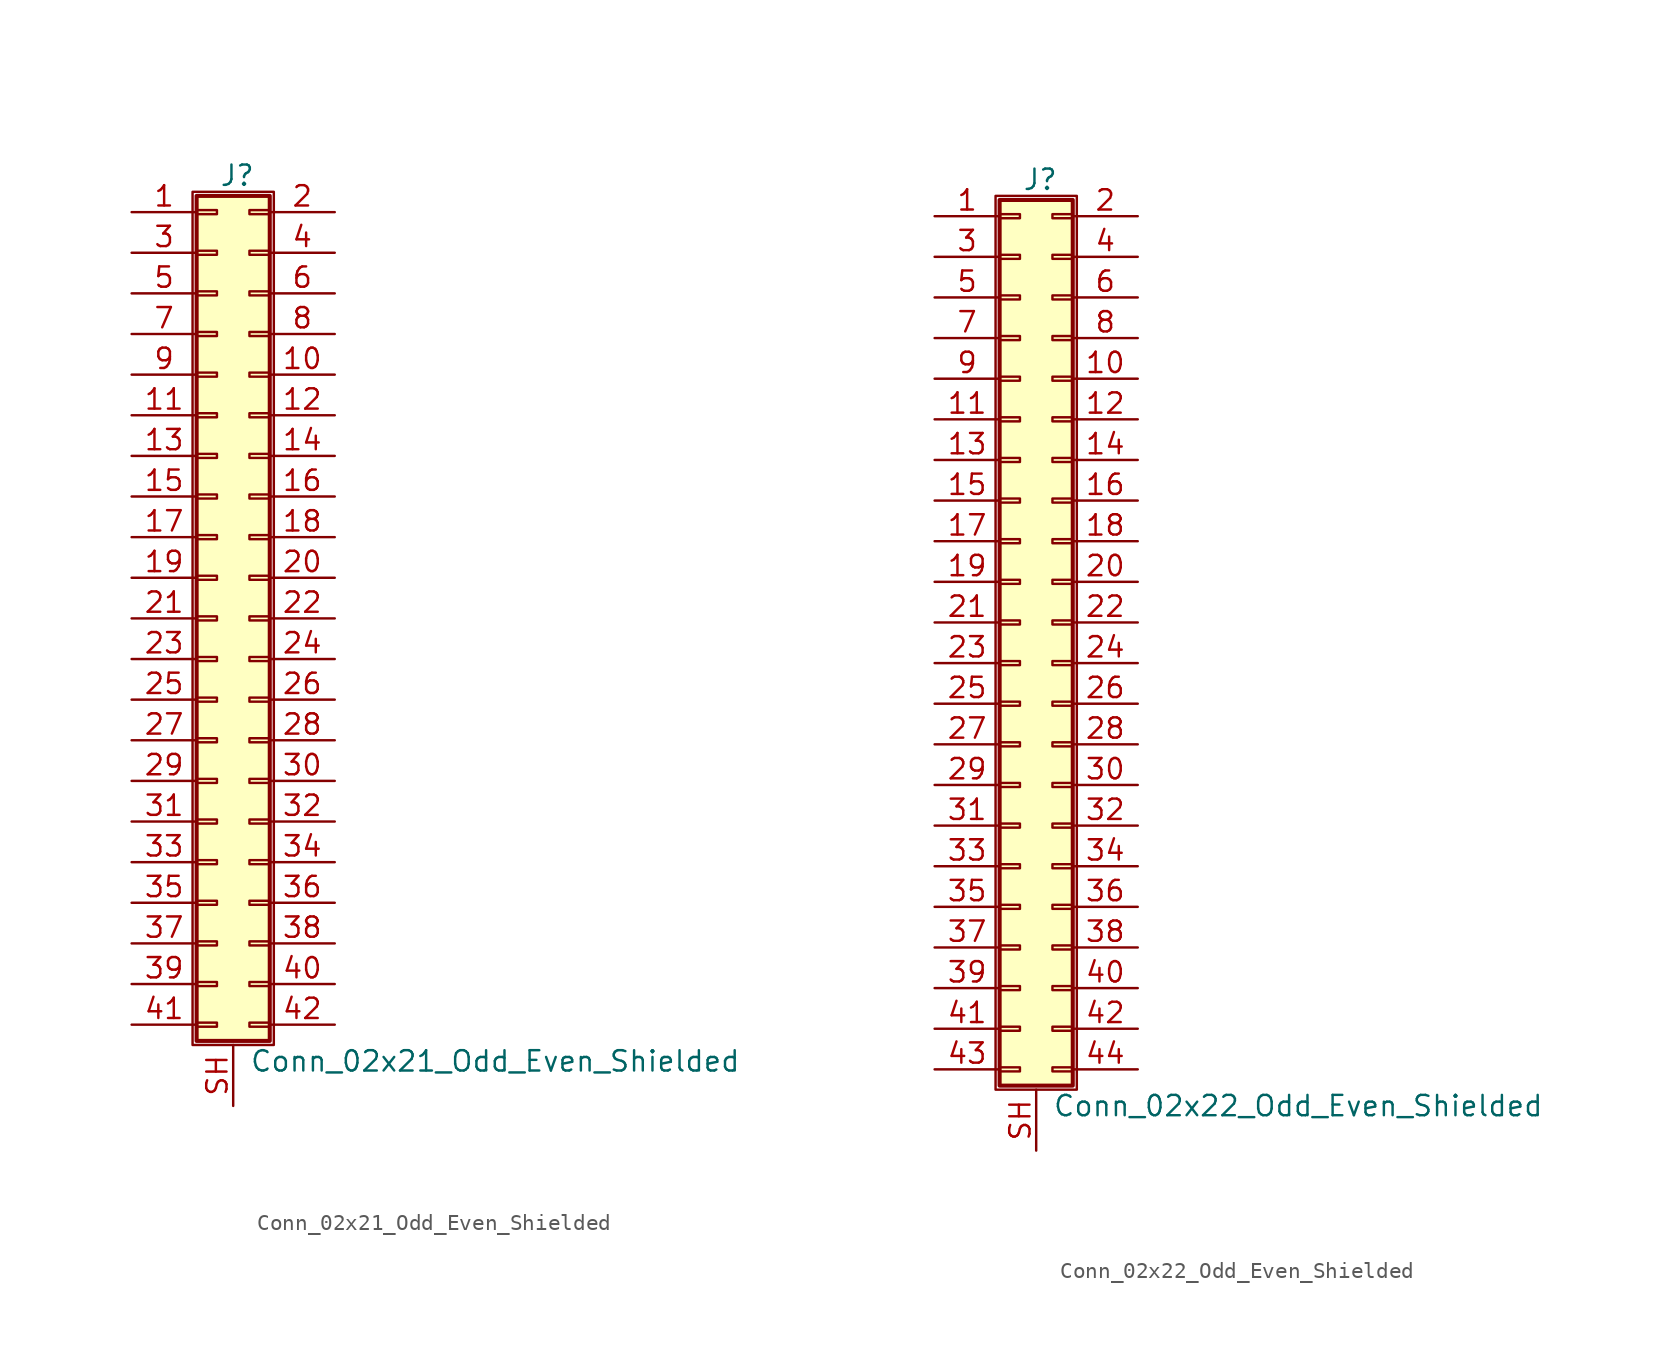
<source format=kicad_sym>
(kicad_symbol_lib
  (version 20201005)
  (generator kicad_symbol_editor)
  (symbol "Connector_Generic_Shielded:Conn_02x21_Odd_Even_Shielded"
    (pin_names
      (offset 1.016) hide)
    (property "Reference" "J"
      (at 1.524 27.686 0)
      (effects (font (size 1.27 1.27))))
    (property "Value" "Conn_02x21_Odd_Even_Shielded"
      (at 2.286 -27.686 0)
      (effects (font (size 1.27 1.27)) (justify left)))
    (symbol "Conn_02x21_Odd_Even_Shielded_1_1"
      (rectangle (start -1.016 -4.953) (end 0.254 -5.207) (stroke (width 0.152)) (fill (type none)))
      (rectangle (start -1.016 -7.493) (end 0.254 -7.747) (stroke (width 0.152)) (fill (type none)))
      (rectangle (start -1.016 -10.033) (end 0.254 -10.287) (stroke (width 0.152)) (fill (type none)))
      (rectangle (start -1.016 -12.573) (end 0.254 -12.827) (stroke (width 0.152)) (fill (type none)))
      (rectangle (start -1.016 -15.113) (end 0.254 -15.367) (stroke (width 0.152)) (fill (type none)))
      (rectangle (start -1.016 -17.653) (end 0.254 -17.907) (stroke (width 0.152)) (fill (type none)))
      (rectangle (start -1.016 -20.193) (end 0.254 -20.447) (stroke (width 0.152)) (fill (type none)))
      (rectangle (start -1.016 -22.733) (end 0.254 -22.987) (stroke (width 0.152)) (fill (type none)))
      (rectangle (start -1.016 -2.413) (end 0.254 -2.667) (stroke (width 0.152)) (fill (type none)))
      (rectangle (start -1.016 -25.273) (end 0.254 -25.527) (stroke (width 0.152)) (fill (type none)))
      (rectangle (start -1.016 25.527) (end 0.254 25.273) (stroke (width 0.152)) (fill (type none)))
      (rectangle (start -1.016 26.416) (end 3.556 -26.416) (stroke (width 0.254)) (fill (type background)))
      (rectangle (start -1.016 2.667) (end 0.254 2.413) (stroke (width 0.152)) (fill (type none)))
      (rectangle (start -1.016 5.207) (end 0.254 4.953) (stroke (width 0.152)) (fill (type none)))
      (rectangle (start -1.016 7.747) (end 0.254 7.493) (stroke (width 0.152)) (fill (type none)))
      (rectangle (start -1.016 10.287) (end 0.254 10.033) (stroke (width 0.152)) (fill (type none)))
      (rectangle (start -1.016 0.127) (end 0.254 -0.127) (stroke (width 0.152)) (fill (type none)))
      (rectangle (start -1.016 12.827) (end 0.254 12.573) (stroke (width 0.152)) (fill (type none)))
      (rectangle (start -1.016 15.367) (end 0.254 15.113) (stroke (width 0.152)) (fill (type none)))
      (rectangle (start -1.016 17.907) (end 0.254 17.653) (stroke (width 0.152)) (fill (type none)))
      (rectangle (start -1.016 20.447) (end 0.254 20.193) (stroke (width 0.152)) (fill (type none)))
      (rectangle (start -1.016 22.987) (end 0.254 22.733) (stroke (width 0.152)) (fill (type none)))
      (rectangle (start -1.27 26.67) (end 3.81 -26.67) (stroke (width 0.152)) (fill (type none)))
      (rectangle (start 3.556 -4.953) (end 2.286 -5.207) (stroke (width 0.152)) (fill (type none)))
      (rectangle (start 3.556 -7.493) (end 2.286 -7.747) (stroke (width 0.152)) (fill (type none)))
      (rectangle (start 3.556 -10.033) (end 2.286 -10.287) (stroke (width 0.152)) (fill (type none)))
      (rectangle (start 3.556 -12.573) (end 2.286 -12.827) (stroke (width 0.152)) (fill (type none)))
      (rectangle (start 3.556 -15.113) (end 2.286 -15.367) (stroke (width 0.152)) (fill (type none)))
      (rectangle (start 3.556 -17.653) (end 2.286 -17.907) (stroke (width 0.152)) (fill (type none)))
      (rectangle (start 3.556 -20.193) (end 2.286 -20.447) (stroke (width 0.152)) (fill (type none)))
      (rectangle (start 3.556 -22.733) (end 2.286 -22.987) (stroke (width 0.152)) (fill (type none)))
      (rectangle (start 3.556 -2.413) (end 2.286 -2.667) (stroke (width 0.152)) (fill (type none)))
      (rectangle (start 3.556 -25.273) (end 2.286 -25.527) (stroke (width 0.152)) (fill (type none)))
      (rectangle (start 3.556 25.527) (end 2.286 25.273) (stroke (width 0.152)) (fill (type none)))
      (rectangle (start 3.556 2.667) (end 2.286 2.413) (stroke (width 0.152)) (fill (type none)))
      (rectangle (start 3.556 5.207) (end 2.286 4.953) (stroke (width 0.152)) (fill (type none)))
      (rectangle (start 3.556 7.747) (end 2.286 7.493) (stroke (width 0.152)) (fill (type none)))
      (rectangle (start 3.556 10.287) (end 2.286 10.033) (stroke (width 0.152)) (fill (type none)))
      (rectangle (start 3.556 0.127) (end 2.286 -0.127) (stroke (width 0.152)) (fill (type none)))
      (rectangle (start 3.556 12.827) (end 2.286 12.573) (stroke (width 0.152)) (fill (type none)))
      (rectangle (start 3.556 15.367) (end 2.286 15.113) (stroke (width 0.152)) (fill (type none)))
      (rectangle (start 3.556 17.907) (end 2.286 17.653) (stroke (width 0.152)) (fill (type none)))
      (rectangle (start 3.556 20.447) (end 2.286 20.193) (stroke (width 0.152)) (fill (type none)))
      (rectangle (start 3.556 22.987) (end 2.286 22.733) (stroke (width 0.152)) (fill (type none)))
      (pin passive line (at -5.08 25.4 0) (length 4.064) (name "Pin_1" (effects (font (size 1.27 1.27)))) (number "1" (effects (font (size 1.27 1.27)))))
      (pin passive line (at 7.62 15.24 180) (length 4.064) (name "Pin_10" (effects (font (size 1.27 1.27)))) (number "10" (effects (font (size 1.27 1.27)))))
      (pin passive line (at -5.08 12.7 0) (length 4.064) (name "Pin_11" (effects (font (size 1.27 1.27)))) (number "11" (effects (font (size 1.27 1.27)))))
      (pin passive line (at 7.62 12.7 180) (length 4.064) (name "Pin_12" (effects (font (size 1.27 1.27)))) (number "12" (effects (font (size 1.27 1.27)))))
      (pin passive line (at -5.08 10.16 0) (length 4.064) (name "Pin_13" (effects (font (size 1.27 1.27)))) (number "13" (effects (font (size 1.27 1.27)))))
      (pin passive line (at 7.62 10.16 180) (length 4.064) (name "Pin_14" (effects (font (size 1.27 1.27)))) (number "14" (effects (font (size 1.27 1.27)))))
      (pin passive line (at -5.08 7.62 0) (length 4.064) (name "Pin_15" (effects (font (size 1.27 1.27)))) (number "15" (effects (font (size 1.27 1.27)))))
      (pin passive line (at 7.62 7.62 180) (length 4.064) (name "Pin_16" (effects (font (size 1.27 1.27)))) (number "16" (effects (font (size 1.27 1.27)))))
      (pin passive line (at -5.08 5.08 0) (length 4.064) (name "Pin_17" (effects (font (size 1.27 1.27)))) (number "17" (effects (font (size 1.27 1.27)))))
      (pin passive line (at 7.62 5.08 180) (length 4.064) (name "Pin_18" (effects (font (size 1.27 1.27)))) (number "18" (effects (font (size 1.27 1.27)))))
      (pin passive line (at -5.08 2.54 0) (length 4.064) (name "Pin_19" (effects (font (size 1.27 1.27)))) (number "19" (effects (font (size 1.27 1.27)))))
      (pin passive line (at 7.62 25.4 180) (length 4.064) (name "Pin_2" (effects (font (size 1.27 1.27)))) (number "2" (effects (font (size 1.27 1.27)))))
      (pin passive line (at 7.62 2.54 180) (length 4.064) (name "Pin_20" (effects (font (size 1.27 1.27)))) (number "20" (effects (font (size 1.27 1.27)))))
      (pin passive line (at -5.08 0 0) (length 4.064) (name "Pin_21" (effects (font (size 1.27 1.27)))) (number "21" (effects (font (size 1.27 1.27)))))
      (pin passive line (at 7.62 0 180) (length 4.064) (name "Pin_22" (effects (font (size 1.27 1.27)))) (number "22" (effects (font (size 1.27 1.27)))))
      (pin passive line (at -5.08 -2.54 0) (length 4.064) (name "Pin_23" (effects (font (size 1.27 1.27)))) (number "23" (effects (font (size 1.27 1.27)))))
      (pin passive line (at 7.62 -2.54 180) (length 4.064) (name "Pin_24" (effects (font (size 1.27 1.27)))) (number "24" (effects (font (size 1.27 1.27)))))
      (pin passive line (at -5.08 -5.08 0) (length 4.064) (name "Pin_25" (effects (font (size 1.27 1.27)))) (number "25" (effects (font (size 1.27 1.27)))))
      (pin passive line (at 7.62 -5.08 180) (length 4.064) (name "Pin_26" (effects (font (size 1.27 1.27)))) (number "26" (effects (font (size 1.27 1.27)))))
      (pin passive line (at -5.08 -7.62 0) (length 4.064) (name "Pin_27" (effects (font (size 1.27 1.27)))) (number "27" (effects (font (size 1.27 1.27)))))
      (pin passive line (at 7.62 -7.62 180) (length 4.064) (name "Pin_28" (effects (font (size 1.27 1.27)))) (number "28" (effects (font (size 1.27 1.27)))))
      (pin passive line (at -5.08 -10.16 0) (length 4.064) (name "Pin_29" (effects (font (size 1.27 1.27)))) (number "29" (effects (font (size 1.27 1.27)))))
      (pin passive line (at -5.08 22.86 0) (length 4.064) (name "Pin_3" (effects (font (size 1.27 1.27)))) (number "3" (effects (font (size 1.27 1.27)))))
      (pin passive line (at 7.62 -10.16 180) (length 4.064) (name "Pin_30" (effects (font (size 1.27 1.27)))) (number "30" (effects (font (size 1.27 1.27)))))
      (pin passive line (at -5.08 -12.7 0) (length 4.064) (name "Pin_31" (effects (font (size 1.27 1.27)))) (number "31" (effects (font (size 1.27 1.27)))))
      (pin passive line (at 7.62 -12.7 180) (length 4.064) (name "Pin_32" (effects (font (size 1.27 1.27)))) (number "32" (effects (font (size 1.27 1.27)))))
      (pin passive line (at -5.08 -15.24 0) (length 4.064) (name "Pin_33" (effects (font (size 1.27 1.27)))) (number "33" (effects (font (size 1.27 1.27)))))
      (pin passive line (at 7.62 -15.24 180) (length 4.064) (name "Pin_34" (effects (font (size 1.27 1.27)))) (number "34" (effects (font (size 1.27 1.27)))))
      (pin passive line (at -5.08 -17.78 0) (length 4.064) (name "Pin_35" (effects (font (size 1.27 1.27)))) (number "35" (effects (font (size 1.27 1.27)))))
      (pin passive line (at 7.62 -17.78 180) (length 4.064) (name "Pin_36" (effects (font (size 1.27 1.27)))) (number "36" (effects (font (size 1.27 1.27)))))
      (pin passive line (at -5.08 -20.32 0) (length 4.064) (name "Pin_37" (effects (font (size 1.27 1.27)))) (number "37" (effects (font (size 1.27 1.27)))))
      (pin passive line (at 7.62 -20.32 180) (length 4.064) (name "Pin_38" (effects (font (size 1.27 1.27)))) (number "38" (effects (font (size 1.27 1.27)))))
      (pin passive line (at -5.08 -22.86 0) (length 4.064) (name "Pin_39" (effects (font (size 1.27 1.27)))) (number "39" (effects (font (size 1.27 1.27)))))
      (pin passive line (at 7.62 22.86 180) (length 4.064) (name "Pin_4" (effects (font (size 1.27 1.27)))) (number "4" (effects (font (size 1.27 1.27)))))
      (pin passive line (at 7.62 -22.86 180) (length 4.064) (name "Pin_40" (effects (font (size 1.27 1.27)))) (number "40" (effects (font (size 1.27 1.27)))))
      (pin passive line (at -5.08 -25.4 0) (length 4.064) (name "Pin_41" (effects (font (size 1.27 1.27)))) (number "41" (effects (font (size 1.27 1.27)))))
      (pin passive line (at 7.62 -25.4 180) (length 4.064) (name "Pin_42" (effects (font (size 1.27 1.27)))) (number "42" (effects (font (size 1.27 1.27)))))
      (pin passive line (at -5.08 20.32 0) (length 4.064) (name "Pin_5" (effects (font (size 1.27 1.27)))) (number "5" (effects (font (size 1.27 1.27)))))
      (pin passive line (at 7.62 20.32 180) (length 4.064) (name "Pin_6" (effects (font (size 1.27 1.27)))) (number "6" (effects (font (size 1.27 1.27)))))
      (pin passive line (at -5.08 17.78 0) (length 4.064) (name "Pin_7" (effects (font (size 1.27 1.27)))) (number "7" (effects (font (size 1.27 1.27)))))
      (pin passive line (at 7.62 17.78 180) (length 4.064) (name "Pin_8" (effects (font (size 1.27 1.27)))) (number "8" (effects (font (size 1.27 1.27)))))
      (pin passive line (at -5.08 15.24 0) (length 4.064) (name "Pin_9" (effects (font (size 1.27 1.27)))) (number "9" (effects (font (size 1.27 1.27)))))
      (pin passive line (at 1.27 -30.48 90) (length 3.81) (name "Shield" (effects (font (size 1.27 1.27)))) (number "SH" (effects (font (size 1.27 1.27)))))))
  (symbol "Connector_Generic_Shielded:Conn_02x22_Odd_Even_Shielded"
    (pin_names
      (offset 1.016) hide)
    (property "Reference" "J"
      (at 1.524 27.686 0)
      (effects (font (size 1.27 1.27))))
    (property "Value" "Conn_02x22_Odd_Even_Shielded"
      (at 2.286 -30.226 0)
      (effects (font (size 1.27 1.27)) (justify left)))
    (symbol "Conn_02x22_Odd_Even_Shielded_1_1"
      (rectangle (start -1.016 -27.813) (end 0.254 -28.067) (stroke (width 0.152)) (fill (type none)))
      (rectangle (start -1.016 -4.953) (end 0.254 -5.207) (stroke (width 0.152)) (fill (type none)))
      (rectangle (start -1.016 -7.493) (end 0.254 -7.747) (stroke (width 0.152)) (fill (type none)))
      (rectangle (start -1.016 -10.033) (end 0.254 -10.287) (stroke (width 0.152)) (fill (type none)))
      (rectangle (start -1.016 -12.573) (end 0.254 -12.827) (stroke (width 0.152)) (fill (type none)))
      (rectangle (start -1.016 -15.113) (end 0.254 -15.367) (stroke (width 0.152)) (fill (type none)))
      (rectangle (start -1.016 -17.653) (end 0.254 -17.907) (stroke (width 0.152)) (fill (type none)))
      (rectangle (start -1.016 -20.193) (end 0.254 -20.447) (stroke (width 0.152)) (fill (type none)))
      (rectangle (start -1.016 -22.733) (end 0.254 -22.987) (stroke (width 0.152)) (fill (type none)))
      (rectangle (start -1.016 -2.413) (end 0.254 -2.667) (stroke (width 0.152)) (fill (type none)))
      (rectangle (start -1.016 -25.273) (end 0.254 -25.527) (stroke (width 0.152)) (fill (type none)))
      (rectangle (start -1.016 25.527) (end 0.254 25.273) (stroke (width 0.152)) (fill (type none)))
      (rectangle (start -1.016 26.416) (end 3.556 -28.956) (stroke (width 0.254)) (fill (type background)))
      (rectangle (start -1.016 2.667) (end 0.254 2.413) (stroke (width 0.152)) (fill (type none)))
      (rectangle (start -1.016 5.207) (end 0.254 4.953) (stroke (width 0.152)) (fill (type none)))
      (rectangle (start -1.016 7.747) (end 0.254 7.493) (stroke (width 0.152)) (fill (type none)))
      (rectangle (start -1.016 10.287) (end 0.254 10.033) (stroke (width 0.152)) (fill (type none)))
      (rectangle (start -1.016 0.127) (end 0.254 -0.127) (stroke (width 0.152)) (fill (type none)))
      (rectangle (start -1.016 12.827) (end 0.254 12.573) (stroke (width 0.152)) (fill (type none)))
      (rectangle (start -1.016 15.367) (end 0.254 15.113) (stroke (width 0.152)) (fill (type none)))
      (rectangle (start -1.016 17.907) (end 0.254 17.653) (stroke (width 0.152)) (fill (type none)))
      (rectangle (start -1.016 20.447) (end 0.254 20.193) (stroke (width 0.152)) (fill (type none)))
      (rectangle (start -1.016 22.987) (end 0.254 22.733) (stroke (width 0.152)) (fill (type none)))
      (rectangle (start -1.27 26.67) (end 3.81 -29.21) (stroke (width 0.152)) (fill (type none)))
      (rectangle (start 3.556 -27.813) (end 2.286 -28.067) (stroke (width 0.152)) (fill (type none)))
      (rectangle (start 3.556 -4.953) (end 2.286 -5.207) (stroke (width 0.152)) (fill (type none)))
      (rectangle (start 3.556 -7.493) (end 2.286 -7.747) (stroke (width 0.152)) (fill (type none)))
      (rectangle (start 3.556 -10.033) (end 2.286 -10.287) (stroke (width 0.152)) (fill (type none)))
      (rectangle (start 3.556 -12.573) (end 2.286 -12.827) (stroke (width 0.152)) (fill (type none)))
      (rectangle (start 3.556 -15.113) (end 2.286 -15.367) (stroke (width 0.152)) (fill (type none)))
      (rectangle (start 3.556 -17.653) (end 2.286 -17.907) (stroke (width 0.152)) (fill (type none)))
      (rectangle (start 3.556 -20.193) (end 2.286 -20.447) (stroke (width 0.152)) (fill (type none)))
      (rectangle (start 3.556 -22.733) (end 2.286 -22.987) (stroke (width 0.152)) (fill (type none)))
      (rectangle (start 3.556 -2.413) (end 2.286 -2.667) (stroke (width 0.152)) (fill (type none)))
      (rectangle (start 3.556 -25.273) (end 2.286 -25.527) (stroke (width 0.152)) (fill (type none)))
      (rectangle (start 3.556 25.527) (end 2.286 25.273) (stroke (width 0.152)) (fill (type none)))
      (rectangle (start 3.556 2.667) (end 2.286 2.413) (stroke (width 0.152)) (fill (type none)))
      (rectangle (start 3.556 5.207) (end 2.286 4.953) (stroke (width 0.152)) (fill (type none)))
      (rectangle (start 3.556 7.747) (end 2.286 7.493) (stroke (width 0.152)) (fill (type none)))
      (rectangle (start 3.556 10.287) (end 2.286 10.033) (stroke (width 0.152)) (fill (type none)))
      (rectangle (start 3.556 0.127) (end 2.286 -0.127) (stroke (width 0.152)) (fill (type none)))
      (rectangle (start 3.556 12.827) (end 2.286 12.573) (stroke (width 0.152)) (fill (type none)))
      (rectangle (start 3.556 15.367) (end 2.286 15.113) (stroke (width 0.152)) (fill (type none)))
      (rectangle (start 3.556 17.907) (end 2.286 17.653) (stroke (width 0.152)) (fill (type none)))
      (rectangle (start 3.556 20.447) (end 2.286 20.193) (stroke (width 0.152)) (fill (type none)))
      (rectangle (start 3.556 22.987) (end 2.286 22.733) (stroke (width 0.152)) (fill (type none)))
      (pin passive line (at -5.08 25.4 0) (length 4.064) (name "Pin_1" (effects (font (size 1.27 1.27)))) (number "1" (effects (font (size 1.27 1.27)))))
      (pin passive line (at 7.62 15.24 180) (length 4.064) (name "Pin_10" (effects (font (size 1.27 1.27)))) (number "10" (effects (font (size 1.27 1.27)))))
      (pin passive line (at -5.08 12.7 0) (length 4.064) (name "Pin_11" (effects (font (size 1.27 1.27)))) (number "11" (effects (font (size 1.27 1.27)))))
      (pin passive line (at 7.62 12.7 180) (length 4.064) (name "Pin_12" (effects (font (size 1.27 1.27)))) (number "12" (effects (font (size 1.27 1.27)))))
      (pin passive line (at -5.08 10.16 0) (length 4.064) (name "Pin_13" (effects (font (size 1.27 1.27)))) (number "13" (effects (font (size 1.27 1.27)))))
      (pin passive line (at 7.62 10.16 180) (length 4.064) (name "Pin_14" (effects (font (size 1.27 1.27)))) (number "14" (effects (font (size 1.27 1.27)))))
      (pin passive line (at -5.08 7.62 0) (length 4.064) (name "Pin_15" (effects (font (size 1.27 1.27)))) (number "15" (effects (font (size 1.27 1.27)))))
      (pin passive line (at 7.62 7.62 180) (length 4.064) (name "Pin_16" (effects (font (size 1.27 1.27)))) (number "16" (effects (font (size 1.27 1.27)))))
      (pin passive line (at -5.08 5.08 0) (length 4.064) (name "Pin_17" (effects (font (size 1.27 1.27)))) (number "17" (effects (font (size 1.27 1.27)))))
      (pin passive line (at 7.62 5.08 180) (length 4.064) (name "Pin_18" (effects (font (size 1.27 1.27)))) (number "18" (effects (font (size 1.27 1.27)))))
      (pin passive line (at -5.08 2.54 0) (length 4.064) (name "Pin_19" (effects (font (size 1.27 1.27)))) (number "19" (effects (font (size 1.27 1.27)))))
      (pin passive line (at 7.62 25.4 180) (length 4.064) (name "Pin_2" (effects (font (size 1.27 1.27)))) (number "2" (effects (font (size 1.27 1.27)))))
      (pin passive line (at 7.62 2.54 180) (length 4.064) (name "Pin_20" (effects (font (size 1.27 1.27)))) (number "20" (effects (font (size 1.27 1.27)))))
      (pin passive line (at -5.08 0 0) (length 4.064) (name "Pin_21" (effects (font (size 1.27 1.27)))) (number "21" (effects (font (size 1.27 1.27)))))
      (pin passive line (at 7.62 0 180) (length 4.064) (name "Pin_22" (effects (font (size 1.27 1.27)))) (number "22" (effects (font (size 1.27 1.27)))))
      (pin passive line (at -5.08 -2.54 0) (length 4.064) (name "Pin_23" (effects (font (size 1.27 1.27)))) (number "23" (effects (font (size 1.27 1.27)))))
      (pin passive line (at 7.62 -2.54 180) (length 4.064) (name "Pin_24" (effects (font (size 1.27 1.27)))) (number "24" (effects (font (size 1.27 1.27)))))
      (pin passive line (at -5.08 -5.08 0) (length 4.064) (name "Pin_25" (effects (font (size 1.27 1.27)))) (number "25" (effects (font (size 1.27 1.27)))))
      (pin passive line (at 7.62 -5.08 180) (length 4.064) (name "Pin_26" (effects (font (size 1.27 1.27)))) (number "26" (effects (font (size 1.27 1.27)))))
      (pin passive line (at -5.08 -7.62 0) (length 4.064) (name "Pin_27" (effects (font (size 1.27 1.27)))) (number "27" (effects (font (size 1.27 1.27)))))
      (pin passive line (at 7.62 -7.62 180) (length 4.064) (name "Pin_28" (effects (font (size 1.27 1.27)))) (number "28" (effects (font (size 1.27 1.27)))))
      (pin passive line (at -5.08 -10.16 0) (length 4.064) (name "Pin_29" (effects (font (size 1.27 1.27)))) (number "29" (effects (font (size 1.27 1.27)))))
      (pin passive line (at -5.08 22.86 0) (length 4.064) (name "Pin_3" (effects (font (size 1.27 1.27)))) (number "3" (effects (font (size 1.27 1.27)))))
      (pin passive line (at 7.62 -10.16 180) (length 4.064) (name "Pin_30" (effects (font (size 1.27 1.27)))) (number "30" (effects (font (size 1.27 1.27)))))
      (pin passive line (at -5.08 -12.7 0) (length 4.064) (name "Pin_31" (effects (font (size 1.27 1.27)))) (number "31" (effects (font (size 1.27 1.27)))))
      (pin passive line (at 7.62 -12.7 180) (length 4.064) (name "Pin_32" (effects (font (size 1.27 1.27)))) (number "32" (effects (font (size 1.27 1.27)))))
      (pin passive line (at -5.08 -15.24 0) (length 4.064) (name "Pin_33" (effects (font (size 1.27 1.27)))) (number "33" (effects (font (size 1.27 1.27)))))
      (pin passive line (at 7.62 -15.24 180) (length 4.064) (name "Pin_34" (effects (font (size 1.27 1.27)))) (number "34" (effects (font (size 1.27 1.27)))))
      (pin passive line (at -5.08 -17.78 0) (length 4.064) (name "Pin_35" (effects (font (size 1.27 1.27)))) (number "35" (effects (font (size 1.27 1.27)))))
      (pin passive line (at 7.62 -17.78 180) (length 4.064) (name "Pin_36" (effects (font (size 1.27 1.27)))) (number "36" (effects (font (size 1.27 1.27)))))
      (pin passive line (at -5.08 -20.32 0) (length 4.064) (name "Pin_37" (effects (font (size 1.27 1.27)))) (number "37" (effects (font (size 1.27 1.27)))))
      (pin passive line (at 7.62 -20.32 180) (length 4.064) (name "Pin_38" (effects (font (size 1.27 1.27)))) (number "38" (effects (font (size 1.27 1.27)))))
      (pin passive line (at -5.08 -22.86 0) (length 4.064) (name "Pin_39" (effects (font (size 1.27 1.27)))) (number "39" (effects (font (size 1.27 1.27)))))
      (pin passive line (at 7.62 22.86 180) (length 4.064) (name "Pin_4" (effects (font (size 1.27 1.27)))) (number "4" (effects (font (size 1.27 1.27)))))
      (pin passive line (at 7.62 -22.86 180) (length 4.064) (name "Pin_40" (effects (font (size 1.27 1.27)))) (number "40" (effects (font (size 1.27 1.27)))))
      (pin passive line (at -5.08 -25.4 0) (length 4.064) (name "Pin_41" (effects (font (size 1.27 1.27)))) (number "41" (effects (font (size 1.27 1.27)))))
      (pin passive line (at 7.62 -25.4 180) (length 4.064) (name "Pin_42" (effects (font (size 1.27 1.27)))) (number "42" (effects (font (size 1.27 1.27)))))
      (pin passive line (at -5.08 -27.94 0) (length 4.064) (name "Pin_43" (effects (font (size 1.27 1.27)))) (number "43" (effects (font (size 1.27 1.27)))))
      (pin passive line (at 7.62 -27.94 180) (length 4.064) (name "Pin_44" (effects (font (size 1.27 1.27)))) (number "44" (effects (font (size 1.27 1.27)))))
      (pin passive line (at -5.08 20.32 0) (length 4.064) (name "Pin_5" (effects (font (size 1.27 1.27)))) (number "5" (effects (font (size 1.27 1.27)))))
      (pin passive line (at 7.62 20.32 180) (length 4.064) (name "Pin_6" (effects (font (size 1.27 1.27)))) (number "6" (effects (font (size 1.27 1.27)))))
      (pin passive line (at -5.08 17.78 0) (length 4.064) (name "Pin_7" (effects (font (size 1.27 1.27)))) (number "7" (effects (font (size 1.27 1.27)))))
      (pin passive line (at 7.62 17.78 180) (length 4.064) (name "Pin_8" (effects (font (size 1.27 1.27)))) (number "8" (effects (font (size 1.27 1.27)))))
      (pin passive line (at -5.08 15.24 0) (length 4.064) (name "Pin_9" (effects (font (size 1.27 1.27)))) (number "9" (effects (font (size 1.27 1.27)))))
      (pin passive line (at 1.27 -33.02 90) (length 3.81) (name "Shield" (effects (font (size 1.27 1.27)))) (number "SH" (effects (font (size 1.27 1.27))))))))
</source>
